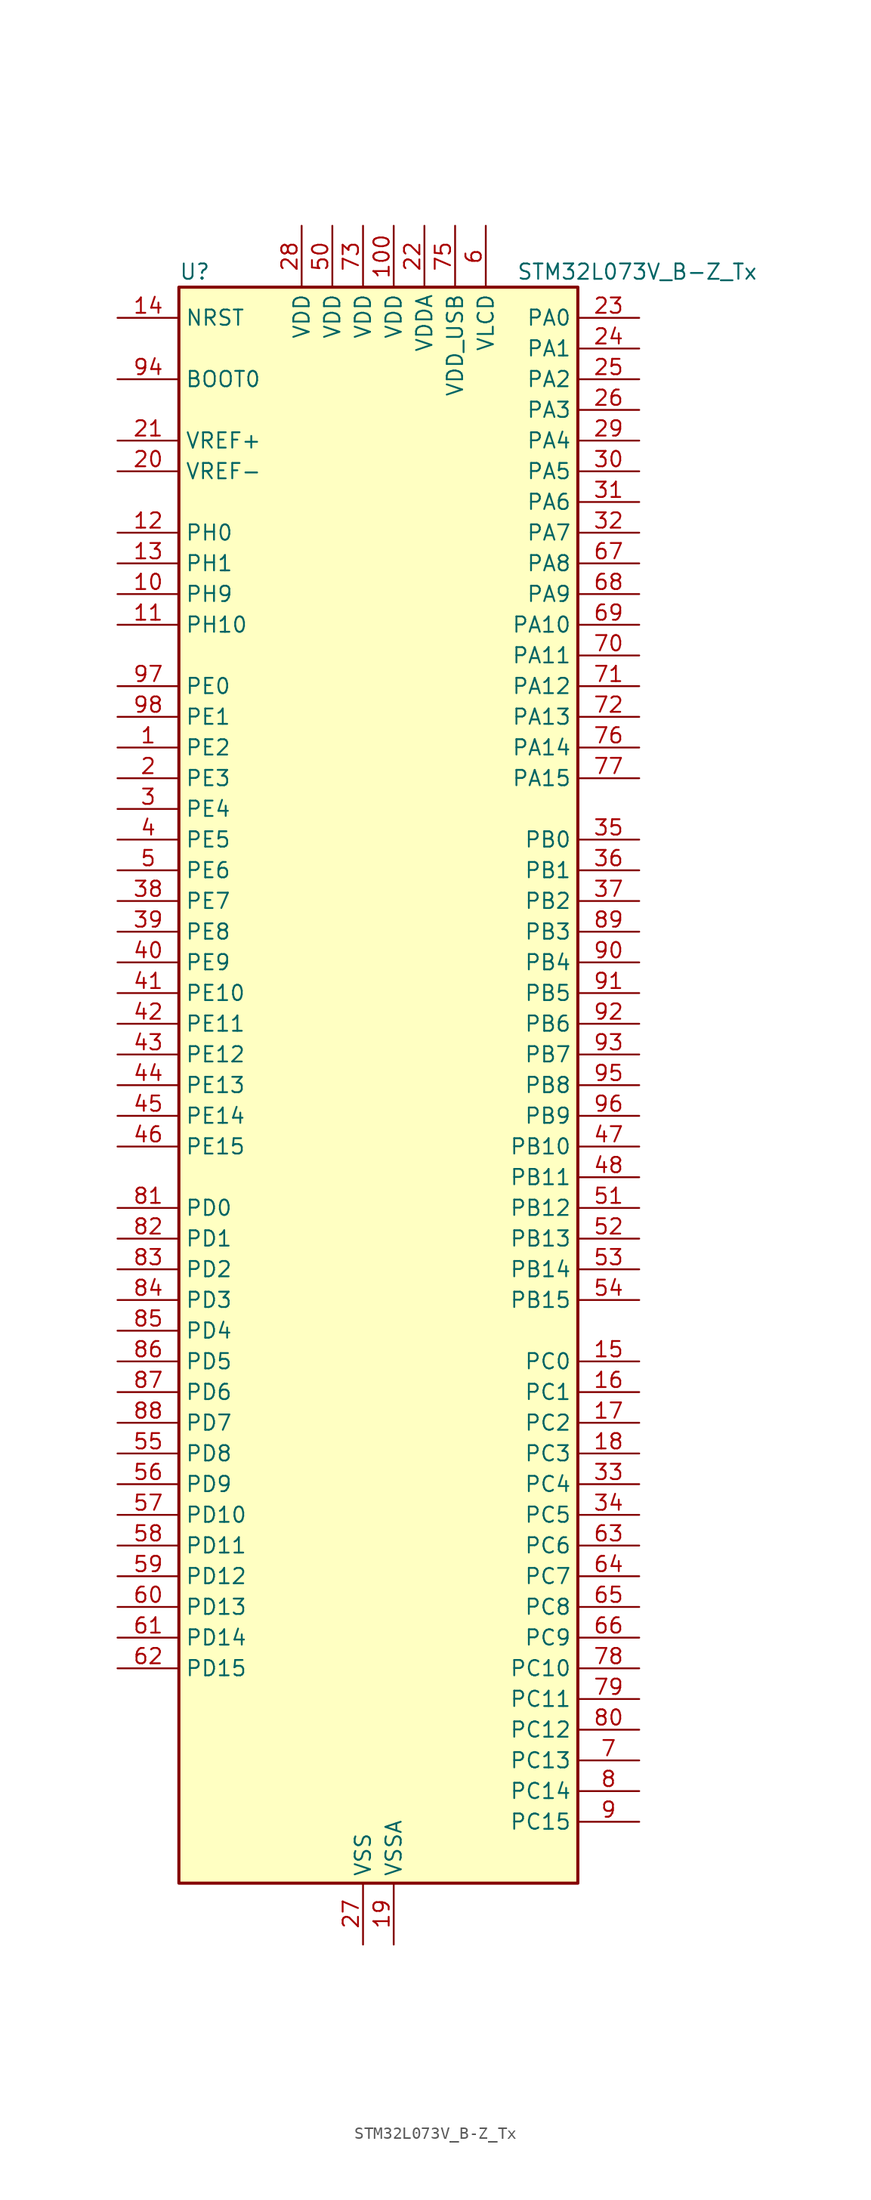
<source format=kicad_sym>
(kicad_symbol_lib
  (version 20231120)
  (generator "kicad_symbol_editor")
  (generator_version "8.0")
  (symbol "STM32L073V_B-Z_Tx"
    (property "Reference" "U"
      (at -15.24 67.31 0)
      (effects (font (size 1.27 1.27)) (justify left)))
    (property "Value" "STM32L073V_B-Z_Tx"
      (at 12.7 67.31 0)
      (effects (font (size 1.27 1.27)) (justify left)))
    (property "ki_locked" ""
      (at 0 0 0)
      (effects (font (size 1.27 1.27))))
    (symbol "STM32L073V_B-Z_Tx_0_1"
      (rectangle (start -15.24 -66.04) (end 17.78 66.04) (stroke (width 0.254) (type default)) (fill (type background))))
    (symbol "STM32L073V_B-Z_Tx_1_1"
      (pin bidirectional line (at -20.32 27.94 0) (length 5.08) (name "PE2" (effects (font (size 1.27 1.27)))) (number "1" (effects (font (size 1.27 1.27)))) (alternate "LCD_SEG38" bidirectional line) (alternate "TIM3_ETR" bidirectional line))
      (pin bidirectional line (at -20.32 40.64 0) (length 5.08) (name "PH9" (effects (font (size 1.27 1.27)))) (number "10" (effects (font (size 1.27 1.27)))) (alternate "DAC_EXTI9" bidirectional line))
      (pin power_in line (at 2.54 71.12 270) (length 5.08) (name "VDD" (effects (font (size 1.27 1.27)))) (number "100" (effects (font (size 1.27 1.27)))))
      (pin bidirectional line (at -20.32 38.1 0) (length 5.08) (name "PH10" (effects (font (size 1.27 1.27)))) (number "11" (effects (font (size 1.27 1.27)))))
      (pin bidirectional line (at -20.32 45.72 0) (length 5.08) (name "PH0" (effects (font (size 1.27 1.27)))) (number "12" (effects (font (size 1.27 1.27)))) (alternate "CRS_SYNC" bidirectional line) (alternate "RCC_OSC_IN" bidirectional line))
      (pin bidirectional line (at -20.32 43.18 0) (length 5.08) (name "PH1" (effects (font (size 1.27 1.27)))) (number "13" (effects (font (size 1.27 1.27)))) (alternate "RCC_OSC_OUT" bidirectional line))
      (pin input line (at -20.32 63.5 0) (length 5.08) (name "NRST" (effects (font (size 1.27 1.27)))) (number "14" (effects (font (size 1.27 1.27)))))
      (pin bidirectional line (at 22.86 -22.86 180) (length 5.08) (name "PC0" (effects (font (size 1.27 1.27)))) (number "15" (effects (font (size 1.27 1.27)))) (alternate "ADC_IN10" bidirectional line) (alternate "I2C3_SCL" bidirectional line) (alternate "LCD_SEG18" bidirectional line) (alternate "LPTIM1_IN1" bidirectional line) (alternate "LPUART1_RX" bidirectional line) (alternate "TSC_G7_IO1" bidirectional line))
      (pin bidirectional line (at 22.86 -25.4 180) (length 5.08) (name "PC1" (effects (font (size 1.27 1.27)))) (number "16" (effects (font (size 1.27 1.27)))) (alternate "ADC_IN11" bidirectional line) (alternate "I2C3_SDA" bidirectional line) (alternate "LCD_SEG19" bidirectional line) (alternate "LPTIM1_OUT" bidirectional line) (alternate "LPUART1_TX" bidirectional line) (alternate "TSC_G7_IO2" bidirectional line))
      (pin bidirectional line (at 22.86 -27.94 180) (length 5.08) (name "PC2" (effects (font (size 1.27 1.27)))) (number "17" (effects (font (size 1.27 1.27)))) (alternate "ADC_IN12" bidirectional line) (alternate "I2S2_MCK" bidirectional line) (alternate "LCD_SEG20" bidirectional line) (alternate "LPTIM1_IN2" bidirectional line) (alternate "SPI2_MISO" bidirectional line) (alternate "TSC_G7_IO3" bidirectional line))
      (pin bidirectional line (at 22.86 -30.48 180) (length 5.08) (name "PC3" (effects (font (size 1.27 1.27)))) (number "18" (effects (font (size 1.27 1.27)))) (alternate "ADC_IN13" bidirectional line) (alternate "I2S2_SD" bidirectional line) (alternate "LCD_SEG21" bidirectional line) (alternate "LPTIM1_ETR" bidirectional line) (alternate "SPI2_MOSI" bidirectional line) (alternate "TSC_G7_IO4" bidirectional line))
      (pin power_in line (at 2.54 -71.12 90) (length 5.08) (name "VSSA" (effects (font (size 1.27 1.27)))) (number "19" (effects (font (size 1.27 1.27)))))
      (pin bidirectional line (at -20.32 25.4 0) (length 5.08) (name "PE3" (effects (font (size 1.27 1.27)))) (number "2" (effects (font (size 1.27 1.27)))) (alternate "LCD_SEG39" bidirectional line) (alternate "TIM22_CH1" bidirectional line) (alternate "TIM3_CH1" bidirectional line))
      (pin input line (at -20.32 50.8 0) (length 5.08) (name "VREF-" (effects (font (size 1.27 1.27)))) (number "20" (effects (font (size 1.27 1.27)))))
      (pin input line (at -20.32 53.34 0) (length 5.08) (name "VREF+" (effects (font (size 1.27 1.27)))) (number "21" (effects (font (size 1.27 1.27)))))
      (pin power_in line (at 5.08 71.12 270) (length 5.08) (name "VDDA" (effects (font (size 1.27 1.27)))) (number "22" (effects (font (size 1.27 1.27)))))
      (pin bidirectional line (at 22.86 63.5 180) (length 5.08) (name "PA0" (effects (font (size 1.27 1.27)))) (number "23" (effects (font (size 1.27 1.27)))) (alternate "ADC_IN0" bidirectional line) (alternate "COMP1_INM" bidirectional line) (alternate "COMP1_OUT" bidirectional line) (alternate "RTC_TAMP2" bidirectional line) (alternate "SYS_WKUP1" bidirectional line) (alternate "TIM2_CH1" bidirectional line) (alternate "TIM2_ETR" bidirectional line) (alternate "TSC_G1_IO1" bidirectional line) (alternate "USART2_CTS" bidirectional line) (alternate "USART4_TX" bidirectional line))
      (pin bidirectional line (at 22.86 60.96 180) (length 5.08) (name "PA1" (effects (font (size 1.27 1.27)))) (number "24" (effects (font (size 1.27 1.27)))) (alternate "ADC_IN1" bidirectional line) (alternate "COMP1_INP" bidirectional line) (alternate "LCD_SEG0" bidirectional line) (alternate "TIM21_ETR" bidirectional line) (alternate "TIM2_CH2" bidirectional line) (alternate "TSC_G1_IO2" bidirectional line) (alternate "USART2_DE" bidirectional line) (alternate "USART2_RTS" bidirectional line) (alternate "USART4_RX" bidirectional line))
      (pin bidirectional line (at 22.86 58.42 180) (length 5.08) (name "PA2" (effects (font (size 1.27 1.27)))) (number "25" (effects (font (size 1.27 1.27)))) (alternate "ADC_IN2" bidirectional line) (alternate "COMP2_INM" bidirectional line) (alternate "COMP2_OUT" bidirectional line) (alternate "LCD_SEG1" bidirectional line) (alternate "LPUART1_TX" bidirectional line) (alternate "TIM21_CH1" bidirectional line) (alternate "TIM2_CH3" bidirectional line) (alternate "TSC_G1_IO3" bidirectional line) (alternate "USART2_TX" bidirectional line))
      (pin bidirectional line (at 22.86 55.88 180) (length 5.08) (name "PA3" (effects (font (size 1.27 1.27)))) (number "26" (effects (font (size 1.27 1.27)))) (alternate "ADC_IN3" bidirectional line) (alternate "COMP2_INP" bidirectional line) (alternate "LCD_SEG2" bidirectional line) (alternate "LPUART1_RX" bidirectional line) (alternate "TIM21_CH2" bidirectional line) (alternate "TIM2_CH4" bidirectional line) (alternate "TSC_G1_IO4" bidirectional line) (alternate "USART2_RX" bidirectional line))
      (pin power_in line (at 0 -71.12 90) (length 5.08) (name "VSS" (effects (font (size 1.27 1.27)))) (number "27" (effects (font (size 1.27 1.27)))))
      (pin power_in line (at -5.08 71.12 270) (length 5.08) (name "VDD" (effects (font (size 1.27 1.27)))) (number "28" (effects (font (size 1.27 1.27)))))
      (pin bidirectional line (at 22.86 53.34 180) (length 5.08) (name "PA4" (effects (font (size 1.27 1.27)))) (number "29" (effects (font (size 1.27 1.27)))) (alternate "ADC_IN4" bidirectional line) (alternate "COMP1_INM" bidirectional line) (alternate "COMP2_INM" bidirectional line) (alternate "DAC_OUT1" bidirectional line) (alternate "SPI1_NSS" bidirectional line) (alternate "TIM22_ETR" bidirectional line) (alternate "TSC_G2_IO1" bidirectional line) (alternate "USART2_CK" bidirectional line))
      (pin bidirectional line (at -20.32 22.86 0) (length 5.08) (name "PE4" (effects (font (size 1.27 1.27)))) (number "3" (effects (font (size 1.27 1.27)))) (alternate "TIM22_CH2" bidirectional line) (alternate "TIM3_CH2" bidirectional line))
      (pin bidirectional line (at 22.86 50.8 180) (length 5.08) (name "PA5" (effects (font (size 1.27 1.27)))) (number "30" (effects (font (size 1.27 1.27)))) (alternate "ADC_IN5" bidirectional line) (alternate "COMP1_INM" bidirectional line) (alternate "COMP2_INM" bidirectional line) (alternate "DAC_OUT2" bidirectional line) (alternate "SPI1_SCK" bidirectional line) (alternate "TIM2_CH1" bidirectional line) (alternate "TIM2_ETR" bidirectional line) (alternate "TSC_G2_IO2" bidirectional line))
      (pin bidirectional line (at 22.86 48.26 180) (length 5.08) (name "PA6" (effects (font (size 1.27 1.27)))) (number "31" (effects (font (size 1.27 1.27)))) (alternate "ADC_IN6" bidirectional line) (alternate "COMP1_OUT" bidirectional line) (alternate "LCD_SEG3" bidirectional line) (alternate "LPUART1_CTS" bidirectional line) (alternate "SPI1_MISO" bidirectional line) (alternate "TIM22_CH1" bidirectional line) (alternate "TIM3_CH1" bidirectional line) (alternate "TSC_G2_IO3" bidirectional line))
      (pin bidirectional line (at 22.86 45.72 180) (length 5.08) (name "PA7" (effects (font (size 1.27 1.27)))) (number "32" (effects (font (size 1.27 1.27)))) (alternate "ADC_IN7" bidirectional line) (alternate "COMP2_OUT" bidirectional line) (alternate "LCD_SEG4" bidirectional line) (alternate "SPI1_MOSI" bidirectional line) (alternate "TIM22_CH2" bidirectional line) (alternate "TIM3_CH2" bidirectional line) (alternate "TSC_G2_IO4" bidirectional line))
      (pin bidirectional line (at 22.86 -33.02 180) (length 5.08) (name "PC4" (effects (font (size 1.27 1.27)))) (number "33" (effects (font (size 1.27 1.27)))) (alternate "ADC_IN14" bidirectional line) (alternate "LCD_SEG22" bidirectional line) (alternate "LPUART1_TX" bidirectional line))
      (pin bidirectional line (at 22.86 -35.56 180) (length 5.08) (name "PC5" (effects (font (size 1.27 1.27)))) (number "34" (effects (font (size 1.27 1.27)))) (alternate "ADC_IN15" bidirectional line) (alternate "LCD_SEG23" bidirectional line) (alternate "LPUART1_RX" bidirectional line) (alternate "TSC_G3_IO1" bidirectional line))
      (pin bidirectional line (at 22.86 20.32 180) (length 5.08) (name "PB0" (effects (font (size 1.27 1.27)))) (number "35" (effects (font (size 1.27 1.27)))) (alternate "ADC_IN8" bidirectional line) (alternate "LCD_SEG5" bidirectional line) (alternate "LCD_VLCD3" bidirectional line) (alternate "SYS_VREF_OUT_PB0" bidirectional line) (alternate "TIM3_CH3" bidirectional line) (alternate "TSC_G3_IO2" bidirectional line))
      (pin bidirectional line (at 22.86 17.78 180) (length 5.08) (name "PB1" (effects (font (size 1.27 1.27)))) (number "36" (effects (font (size 1.27 1.27)))) (alternate "ADC_IN9" bidirectional line) (alternate "LCD_SEG6" bidirectional line) (alternate "LPUART1_DE" bidirectional line) (alternate "LPUART1_RTS" bidirectional line) (alternate "SYS_VREF_OUT_PB1" bidirectional line) (alternate "TIM3_CH4" bidirectional line) (alternate "TSC_G3_IO3" bidirectional line))
      (pin bidirectional line (at 22.86 15.24 180) (length 5.08) (name "PB2" (effects (font (size 1.27 1.27)))) (number "37" (effects (font (size 1.27 1.27)))) (alternate "I2C3_SMBA" bidirectional line) (alternate "LCD_VLCD2" bidirectional line) (alternate "LPTIM1_OUT" bidirectional line) (alternate "TSC_G3_IO4" bidirectional line))
      (pin bidirectional line (at -20.32 15.24 0) (length 5.08) (name "PE7" (effects (font (size 1.27 1.27)))) (number "38" (effects (font (size 1.27 1.27)))) (alternate "LCD_SEG45" bidirectional line) (alternate "USART5_CK" bidirectional line) (alternate "USART5_DE" bidirectional line) (alternate "USART5_RTS" bidirectional line))
      (pin bidirectional line (at -20.32 12.7 0) (length 5.08) (name "PE8" (effects (font (size 1.27 1.27)))) (number "39" (effects (font (size 1.27 1.27)))) (alternate "LCD_SEG46" bidirectional line) (alternate "USART4_TX" bidirectional line))
      (pin bidirectional line (at -20.32 20.32 0) (length 5.08) (name "PE5" (effects (font (size 1.27 1.27)))) (number "4" (effects (font (size 1.27 1.27)))) (alternate "TIM21_CH1" bidirectional line) (alternate "TIM3_CH3" bidirectional line))
      (pin bidirectional line (at -20.32 10.16 0) (length 5.08) (name "PE9" (effects (font (size 1.27 1.27)))) (number "40" (effects (font (size 1.27 1.27)))) (alternate "DAC_EXTI9" bidirectional line) (alternate "LCD_SEG47" bidirectional line) (alternate "TIM2_CH1" bidirectional line) (alternate "TIM2_ETR" bidirectional line) (alternate "USART4_RX" bidirectional line))
      (pin bidirectional line (at -20.32 7.62 0) (length 5.08) (name "PE10" (effects (font (size 1.27 1.27)))) (number "41" (effects (font (size 1.27 1.27)))) (alternate "LCD_SEG40" bidirectional line) (alternate "TIM2_CH2" bidirectional line) (alternate "USART5_TX" bidirectional line))
      (pin bidirectional line (at -20.32 5.08 0) (length 5.08) (name "PE11" (effects (font (size 1.27 1.27)))) (number "42" (effects (font (size 1.27 1.27)))) (alternate "ADC_EXTI11" bidirectional line) (alternate "LCD_VLCD1" bidirectional line) (alternate "TIM2_CH3" bidirectional line) (alternate "USART5_RX" bidirectional line))
      (pin bidirectional line (at -20.32 2.54 0) (length 5.08) (name "PE12" (effects (font (size 1.27 1.27)))) (number "43" (effects (font (size 1.27 1.27)))) (alternate "LCD_VLCD3" bidirectional line) (alternate "SPI1_NSS" bidirectional line) (alternate "TIM2_CH4" bidirectional line))
      (pin bidirectional line (at -20.32 0 0) (length 5.08) (name "PE13" (effects (font (size 1.27 1.27)))) (number "44" (effects (font (size 1.27 1.27)))) (alternate "LCD_SEG41" bidirectional line) (alternate "SPI1_SCK" bidirectional line))
      (pin bidirectional line (at -20.32 -2.54 0) (length 5.08) (name "PE14" (effects (font (size 1.27 1.27)))) (number "45" (effects (font (size 1.27 1.27)))) (alternate "LCD_SEG42" bidirectional line) (alternate "SPI1_MISO" bidirectional line))
      (pin bidirectional line (at -20.32 -5.08 0) (length 5.08) (name "PE15" (effects (font (size 1.27 1.27)))) (number "46" (effects (font (size 1.27 1.27)))) (alternate "LCD_SEG43" bidirectional line) (alternate "SPI1_MOSI" bidirectional line))
      (pin bidirectional line (at 22.86 -5.08 180) (length 5.08) (name "PB10" (effects (font (size 1.27 1.27)))) (number "47" (effects (font (size 1.27 1.27)))) (alternate "I2C2_SCL" bidirectional line) (alternate "LCD_SEG10" bidirectional line) (alternate "LPUART1_RX" bidirectional line) (alternate "LPUART1_TX" bidirectional line) (alternate "SPI2_SCK" bidirectional line) (alternate "TIM2_CH3" bidirectional line) (alternate "TSC_SYNC" bidirectional line))
      (pin bidirectional line (at 22.86 -7.62 180) (length 5.08) (name "PB11" (effects (font (size 1.27 1.27)))) (number "48" (effects (font (size 1.27 1.27)))) (alternate "ADC_EXTI11" bidirectional line) (alternate "I2C2_SDA" bidirectional line) (alternate "LCD_SEG11" bidirectional line) (alternate "LPUART1_RX" bidirectional line) (alternate "LPUART1_TX" bidirectional line) (alternate "TIM2_CH4" bidirectional line) (alternate "TSC_G6_IO1" bidirectional line))
      (pin passive line (at 0 -71.12 90) (length 5.08) hide (name "VSS" (effects (font (size 1.27 1.27)))) (number "49" (effects (font (size 1.27 1.27)))))
      (pin bidirectional line (at -20.32 17.78 0) (length 5.08) (name "PE6" (effects (font (size 1.27 1.27)))) (number "5" (effects (font (size 1.27 1.27)))) (alternate "RTC_TAMP3" bidirectional line) (alternate "SYS_WKUP3" bidirectional line) (alternate "TIM21_CH2" bidirectional line) (alternate "TIM3_CH4" bidirectional line))
      (pin power_in line (at -2.54 71.12 270) (length 5.08) (name "VDD" (effects (font (size 1.27 1.27)))) (number "50" (effects (font (size 1.27 1.27)))))
      (pin bidirectional line (at 22.86 -10.16 180) (length 5.08) (name "PB12" (effects (font (size 1.27 1.27)))) (number "51" (effects (font (size 1.27 1.27)))) (alternate "I2S2_WS" bidirectional line) (alternate "LCD_SEG12" bidirectional line) (alternate "LCD_VLCD2" bidirectional line) (alternate "LPUART1_DE" bidirectional line) (alternate "LPUART1_RTS" bidirectional line) (alternate "SPI2_NSS" bidirectional line) (alternate "TSC_G6_IO2" bidirectional line))
      (pin bidirectional line (at 22.86 -12.7 180) (length 5.08) (name "PB13" (effects (font (size 1.27 1.27)))) (number "52" (effects (font (size 1.27 1.27)))) (alternate "I2C2_SCL" bidirectional line) (alternate "I2S2_CK" bidirectional line) (alternate "LCD_SEG13" bidirectional line) (alternate "LPUART1_CTS" bidirectional line) (alternate "RCC_MCO" bidirectional line) (alternate "SPI2_SCK" bidirectional line) (alternate "TIM21_CH1" bidirectional line) (alternate "TSC_G6_IO3" bidirectional line))
      (pin bidirectional line (at 22.86 -15.24 180) (length 5.08) (name "PB14" (effects (font (size 1.27 1.27)))) (number "53" (effects (font (size 1.27 1.27)))) (alternate "I2C2_SDA" bidirectional line) (alternate "I2S2_MCK" bidirectional line) (alternate "LCD_SEG14" bidirectional line) (alternate "LPUART1_DE" bidirectional line) (alternate "LPUART1_RTS" bidirectional line) (alternate "RTC_OUT_ALARM" bidirectional line) (alternate "RTC_OUT_CALIB" bidirectional line) (alternate "SPI2_MISO" bidirectional line) (alternate "TIM21_CH2" bidirectional line) (alternate "TSC_G6_IO4" bidirectional line))
      (pin bidirectional line (at 22.86 -17.78 180) (length 5.08) (name "PB15" (effects (font (size 1.27 1.27)))) (number "54" (effects (font (size 1.27 1.27)))) (alternate "I2S2_SD" bidirectional line) (alternate "LCD_SEG15" bidirectional line) (alternate "RTC_REFIN" bidirectional line) (alternate "SPI2_MOSI" bidirectional line))
      (pin bidirectional line (at -20.32 -30.48 0) (length 5.08) (name "PD8" (effects (font (size 1.27 1.27)))) (number "55" (effects (font (size 1.27 1.27)))) (alternate "LCD_SEG28" bidirectional line) (alternate "LPUART1_TX" bidirectional line))
      (pin bidirectional line (at -20.32 -33.02 0) (length 5.08) (name "PD9" (effects (font (size 1.27 1.27)))) (number "56" (effects (font (size 1.27 1.27)))) (alternate "DAC_EXTI9" bidirectional line) (alternate "LCD_SEG29" bidirectional line) (alternate "LPUART1_RX" bidirectional line))
      (pin bidirectional line (at -20.32 -35.56 0) (length 5.08) (name "PD10" (effects (font (size 1.27 1.27)))) (number "57" (effects (font (size 1.27 1.27)))) (alternate "LCD_SEG30" bidirectional line))
      (pin bidirectional line (at -20.32 -38.1 0) (length 5.08) (name "PD11" (effects (font (size 1.27 1.27)))) (number "58" (effects (font (size 1.27 1.27)))) (alternate "ADC_EXTI11" bidirectional line) (alternate "LCD_SEG31" bidirectional line) (alternate "LPUART1_CTS" bidirectional line))
      (pin bidirectional line (at -20.32 -40.64 0) (length 5.08) (name "PD12" (effects (font (size 1.27 1.27)))) (number "59" (effects (font (size 1.27 1.27)))) (alternate "LCD_SEG32" bidirectional line) (alternate "LPUART1_DE" bidirectional line) (alternate "LPUART1_RTS" bidirectional line))
      (pin power_in line (at 10.16 71.12 270) (length 5.08) (name "VLCD" (effects (font (size 1.27 1.27)))) (number "6" (effects (font (size 1.27 1.27)))))
      (pin bidirectional line (at -20.32 -43.18 0) (length 5.08) (name "PD13" (effects (font (size 1.27 1.27)))) (number "60" (effects (font (size 1.27 1.27)))) (alternate "LCD_SEG33" bidirectional line))
      (pin bidirectional line (at -20.32 -45.72 0) (length 5.08) (name "PD14" (effects (font (size 1.27 1.27)))) (number "61" (effects (font (size 1.27 1.27)))) (alternate "LCD_SEG34" bidirectional line))
      (pin bidirectional line (at -20.32 -48.26 0) (length 5.08) (name "PD15" (effects (font (size 1.27 1.27)))) (number "62" (effects (font (size 1.27 1.27)))) (alternate "CRS_SYNC" bidirectional line) (alternate "LCD_SEG35" bidirectional line))
      (pin bidirectional line (at 22.86 -38.1 180) (length 5.08) (name "PC6" (effects (font (size 1.27 1.27)))) (number "63" (effects (font (size 1.27 1.27)))) (alternate "LCD_SEG24" bidirectional line) (alternate "TIM22_CH1" bidirectional line) (alternate "TIM3_CH1" bidirectional line) (alternate "TSC_G8_IO1" bidirectional line))
      (pin bidirectional line (at 22.86 -40.64 180) (length 5.08) (name "PC7" (effects (font (size 1.27 1.27)))) (number "64" (effects (font (size 1.27 1.27)))) (alternate "LCD_SEG25" bidirectional line) (alternate "TIM22_CH2" bidirectional line) (alternate "TIM3_CH2" bidirectional line) (alternate "TSC_G8_IO2" bidirectional line))
      (pin bidirectional line (at 22.86 -43.18 180) (length 5.08) (name "PC8" (effects (font (size 1.27 1.27)))) (number "65" (effects (font (size 1.27 1.27)))) (alternate "LCD_SEG26" bidirectional line) (alternate "TIM22_ETR" bidirectional line) (alternate "TIM3_CH3" bidirectional line) (alternate "TSC_G8_IO3" bidirectional line))
      (pin bidirectional line (at 22.86 -45.72 180) (length 5.08) (name "PC9" (effects (font (size 1.27 1.27)))) (number "66" (effects (font (size 1.27 1.27)))) (alternate "DAC_EXTI9" bidirectional line) (alternate "I2C3_SDA" bidirectional line) (alternate "LCD_SEG27" bidirectional line) (alternate "TIM21_ETR" bidirectional line) (alternate "TIM3_CH4" bidirectional line) (alternate "TSC_G8_IO4" bidirectional line) (alternate "USB_NOE" bidirectional line))
      (pin bidirectional line (at 22.86 43.18 180) (length 5.08) (name "PA8" (effects (font (size 1.27 1.27)))) (number "67" (effects (font (size 1.27 1.27)))) (alternate "CRS_SYNC" bidirectional line) (alternate "I2C3_SCL" bidirectional line) (alternate "LCD_COM0" bidirectional line) (alternate "RCC_MCO" bidirectional line) (alternate "USART1_CK" bidirectional line))
      (pin bidirectional line (at 22.86 40.64 180) (length 5.08) (name "PA9" (effects (font (size 1.27 1.27)))) (number "68" (effects (font (size 1.27 1.27)))) (alternate "DAC_EXTI9" bidirectional line) (alternate "I2C1_SCL" bidirectional line) (alternate "I2C3_SMBA" bidirectional line) (alternate "LCD_COM1" bidirectional line) (alternate "RCC_MCO" bidirectional line) (alternate "TSC_G4_IO1" bidirectional line) (alternate "USART1_TX" bidirectional line))
      (pin bidirectional line (at 22.86 38.1 180) (length 5.08) (name "PA10" (effects (font (size 1.27 1.27)))) (number "69" (effects (font (size 1.27 1.27)))) (alternate "I2C1_SDA" bidirectional line) (alternate "LCD_COM2" bidirectional line) (alternate "TSC_G4_IO2" bidirectional line) (alternate "USART1_RX" bidirectional line))
      (pin bidirectional line (at 22.86 -55.88 180) (length 5.08) (name "PC13" (effects (font (size 1.27 1.27)))) (number "7" (effects (font (size 1.27 1.27)))) (alternate "RTC_OUT_ALARM" bidirectional line) (alternate "RTC_OUT_CALIB" bidirectional line) (alternate "RTC_TAMP1" bidirectional line) (alternate "RTC_TS" bidirectional line) (alternate "SYS_WKUP2" bidirectional line))
      (pin bidirectional line (at 22.86 35.56 180) (length 5.08) (name "PA11" (effects (font (size 1.27 1.27)))) (number "70" (effects (font (size 1.27 1.27)))) (alternate "ADC_EXTI11" bidirectional line) (alternate "COMP1_OUT" bidirectional line) (alternate "SPI1_MISO" bidirectional line) (alternate "TSC_G4_IO3" bidirectional line) (alternate "USART1_CTS" bidirectional line) (alternate "USB_DM" bidirectional line))
      (pin bidirectional line (at 22.86 33.02 180) (length 5.08) (name "PA12" (effects (font (size 1.27 1.27)))) (number "71" (effects (font (size 1.27 1.27)))) (alternate "COMP2_OUT" bidirectional line) (alternate "SPI1_MOSI" bidirectional line) (alternate "TSC_G4_IO4" bidirectional line) (alternate "USART1_DE" bidirectional line) (alternate "USART1_RTS" bidirectional line) (alternate "USB_DP" bidirectional line))
      (pin bidirectional line (at 22.86 30.48 180) (length 5.08) (name "PA13" (effects (font (size 1.27 1.27)))) (number "72" (effects (font (size 1.27 1.27)))) (alternate "LPUART1_RX" bidirectional line) (alternate "SYS_SWDIO" bidirectional line) (alternate "USB_NOE" bidirectional line))
      (pin power_in line (at 0 71.12 270) (length 5.08) (name "VDD" (effects (font (size 1.27 1.27)))) (number "73" (effects (font (size 1.27 1.27)))))
      (pin passive line (at 0 -71.12 90) (length 5.08) hide (name "VSS" (effects (font (size 1.27 1.27)))) (number "74" (effects (font (size 1.27 1.27)))))
      (pin power_in line (at 7.62 71.12 270) (length 5.08) (name "VDD_USB" (effects (font (size 1.27 1.27)))) (number "75" (effects (font (size 1.27 1.27)))))
      (pin bidirectional line (at 22.86 27.94 180) (length 5.08) (name "PA14" (effects (font (size 1.27 1.27)))) (number "76" (effects (font (size 1.27 1.27)))) (alternate "LPUART1_TX" bidirectional line) (alternate "SYS_SWCLK" bidirectional line) (alternate "USART2_TX" bidirectional line))
      (pin bidirectional line (at 22.86 25.4 180) (length 5.08) (name "PA15" (effects (font (size 1.27 1.27)))) (number "77" (effects (font (size 1.27 1.27)))) (alternate "LCD_SEG17" bidirectional line) (alternate "SPI1_NSS" bidirectional line) (alternate "TIM2_CH1" bidirectional line) (alternate "TIM2_ETR" bidirectional line) (alternate "USART2_RX" bidirectional line) (alternate "USART4_DE" bidirectional line) (alternate "USART4_RTS" bidirectional line))
      (pin bidirectional line (at 22.86 -48.26 180) (length 5.08) (name "PC10" (effects (font (size 1.27 1.27)))) (number "78" (effects (font (size 1.27 1.27)))) (alternate "LCD_COM4" bidirectional line) (alternate "LCD_SEG28" bidirectional line) (alternate "LCD_SEG48" bidirectional line) (alternate "LPUART1_TX" bidirectional line) (alternate "USART4_TX" bidirectional line))
      (pin bidirectional line (at 22.86 -50.8 180) (length 5.08) (name "PC11" (effects (font (size 1.27 1.27)))) (number "79" (effects (font (size 1.27 1.27)))) (alternate "ADC_EXTI11" bidirectional line) (alternate "LCD_COM5" bidirectional line) (alternate "LCD_SEG29" bidirectional line) (alternate "LCD_SEG49" bidirectional line) (alternate "LPUART1_RX" bidirectional line) (alternate "USART4_RX" bidirectional line))
      (pin bidirectional line (at 22.86 -58.42 180) (length 5.08) (name "PC14" (effects (font (size 1.27 1.27)))) (number "8" (effects (font (size 1.27 1.27)))) (alternate "RCC_OSC32_IN" bidirectional line))
      (pin bidirectional line (at 22.86 -53.34 180) (length 5.08) (name "PC12" (effects (font (size 1.27 1.27)))) (number "80" (effects (font (size 1.27 1.27)))) (alternate "LCD_COM6" bidirectional line) (alternate "LCD_SEG30" bidirectional line) (alternate "LCD_SEG50" bidirectional line) (alternate "USART4_CK" bidirectional line) (alternate "USART5_TX" bidirectional line))
      (pin bidirectional line (at -20.32 -10.16 0) (length 5.08) (name "PD0" (effects (font (size 1.27 1.27)))) (number "81" (effects (font (size 1.27 1.27)))) (alternate "I2S2_WS" bidirectional line) (alternate "SPI2_NSS" bidirectional line) (alternate "TIM21_CH1" bidirectional line))
      (pin bidirectional line (at -20.32 -12.7 0) (length 5.08) (name "PD1" (effects (font (size 1.27 1.27)))) (number "82" (effects (font (size 1.27 1.27)))) (alternate "I2S2_CK" bidirectional line) (alternate "SPI2_SCK" bidirectional line))
      (pin bidirectional line (at -20.32 -15.24 0) (length 5.08) (name "PD2" (effects (font (size 1.27 1.27)))) (number "83" (effects (font (size 1.27 1.27)))) (alternate "LCD_COM7" bidirectional line) (alternate "LCD_SEG31" bidirectional line) (alternate "LCD_SEG51" bidirectional line) (alternate "LPUART1_DE" bidirectional line) (alternate "LPUART1_RTS" bidirectional line) (alternate "TIM3_ETR" bidirectional line) (alternate "USART5_RX" bidirectional line))
      (pin bidirectional line (at -20.32 -17.78 0) (length 5.08) (name "PD3" (effects (font (size 1.27 1.27)))) (number "84" (effects (font (size 1.27 1.27)))) (alternate "I2S2_MCK" bidirectional line) (alternate "LCD_SEG44" bidirectional line) (alternate "SPI2_MISO" bidirectional line) (alternate "USART2_CTS" bidirectional line))
      (pin bidirectional line (at -20.32 -20.32 0) (length 5.08) (name "PD4" (effects (font (size 1.27 1.27)))) (number "85" (effects (font (size 1.27 1.27)))) (alternate "I2S2_SD" bidirectional line) (alternate "SPI2_MOSI" bidirectional line) (alternate "USART2_DE" bidirectional line) (alternate "USART2_RTS" bidirectional line))
      (pin bidirectional line (at -20.32 -22.86 0) (length 5.08) (name "PD5" (effects (font (size 1.27 1.27)))) (number "86" (effects (font (size 1.27 1.27)))) (alternate "USART2_TX" bidirectional line))
      (pin bidirectional line (at -20.32 -25.4 0) (length 5.08) (name "PD6" (effects (font (size 1.27 1.27)))) (number "87" (effects (font (size 1.27 1.27)))) (alternate "USART2_RX" bidirectional line))
      (pin bidirectional line (at -20.32 -27.94 0) (length 5.08) (name "PD7" (effects (font (size 1.27 1.27)))) (number "88" (effects (font (size 1.27 1.27)))) (alternate "TIM21_CH2" bidirectional line) (alternate "USART2_CK" bidirectional line))
      (pin bidirectional line (at 22.86 12.7 180) (length 5.08) (name "PB3" (effects (font (size 1.27 1.27)))) (number "89" (effects (font (size 1.27 1.27)))) (alternate "COMP2_INM" bidirectional line) (alternate "LCD_SEG7" bidirectional line) (alternate "SPI1_SCK" bidirectional line) (alternate "TIM2_CH2" bidirectional line) (alternate "TSC_G5_IO1" bidirectional line) (alternate "USART1_DE" bidirectional line) (alternate "USART1_RTS" bidirectional line) (alternate "USART5_TX" bidirectional line))
      (pin bidirectional line (at 22.86 -60.96 180) (length 5.08) (name "PC15" (effects (font (size 1.27 1.27)))) (number "9" (effects (font (size 1.27 1.27)))) (alternate "RCC_OSC32_OUT" bidirectional line))
      (pin bidirectional line (at 22.86 10.16 180) (length 5.08) (name "PB4" (effects (font (size 1.27 1.27)))) (number "90" (effects (font (size 1.27 1.27)))) (alternate "COMP2_INP" bidirectional line) (alternate "I2C3_SDA" bidirectional line) (alternate "LCD_SEG8" bidirectional line) (alternate "SPI1_MISO" bidirectional line) (alternate "TIM22_CH1" bidirectional line) (alternate "TIM3_CH1" bidirectional line) (alternate "TSC_G5_IO2" bidirectional line) (alternate "USART1_CTS" bidirectional line) (alternate "USART5_RX" bidirectional line))
      (pin bidirectional line (at 22.86 7.62 180) (length 5.08) (name "PB5" (effects (font (size 1.27 1.27)))) (number "91" (effects (font (size 1.27 1.27)))) (alternate "COMP2_INP" bidirectional line) (alternate "I2C1_SMBA" bidirectional line) (alternate "LCD_SEG9" bidirectional line) (alternate "LPTIM1_IN1" bidirectional line) (alternate "SPI1_MOSI" bidirectional line) (alternate "TIM22_CH2" bidirectional line) (alternate "TIM3_CH2" bidirectional line) (alternate "USART1_CK" bidirectional line) (alternate "USART5_CK" bidirectional line) (alternate "USART5_DE" bidirectional line) (alternate "USART5_RTS" bidirectional line))
      (pin bidirectional line (at 22.86 5.08 180) (length 5.08) (name "PB6" (effects (font (size 1.27 1.27)))) (number "92" (effects (font (size 1.27 1.27)))) (alternate "COMP2_INP" bidirectional line) (alternate "I2C1_SCL" bidirectional line) (alternate "LPTIM1_ETR" bidirectional line) (alternate "TSC_G5_IO3" bidirectional line) (alternate "USART1_TX" bidirectional line))
      (pin bidirectional line (at 22.86 2.54 180) (length 5.08) (name "PB7" (effects (font (size 1.27 1.27)))) (number "93" (effects (font (size 1.27 1.27)))) (alternate "COMP2_INP" bidirectional line) (alternate "I2C1_SDA" bidirectional line) (alternate "LPTIM1_IN2" bidirectional line) (alternate "SYS_PVD_IN" bidirectional line) (alternate "TSC_G5_IO4" bidirectional line) (alternate "USART1_RX" bidirectional line) (alternate "USART4_CTS" bidirectional line))
      (pin input line (at -20.32 58.42 0) (length 5.08) (name "BOOT0" (effects (font (size 1.27 1.27)))) (number "94" (effects (font (size 1.27 1.27)))))
      (pin bidirectional line (at 22.86 0 180) (length 5.08) (name "PB8" (effects (font (size 1.27 1.27)))) (number "95" (effects (font (size 1.27 1.27)))) (alternate "I2C1_SCL" bidirectional line) (alternate "LCD_SEG16" bidirectional line) (alternate "TSC_SYNC" bidirectional line))
      (pin bidirectional line (at 22.86 -2.54 180) (length 5.08) (name "PB9" (effects (font (size 1.27 1.27)))) (number "96" (effects (font (size 1.27 1.27)))) (alternate "DAC_EXTI9" bidirectional line) (alternate "I2C1_SDA" bidirectional line) (alternate "I2S2_WS" bidirectional line) (alternate "LCD_COM3" bidirectional line) (alternate "SPI2_NSS" bidirectional line))
      (pin bidirectional line (at -20.32 33.02 0) (length 5.08) (name "PE0" (effects (font (size 1.27 1.27)))) (number "97" (effects (font (size 1.27 1.27)))) (alternate "LCD_SEG36" bidirectional line))
      (pin bidirectional line (at -20.32 30.48 0) (length 5.08) (name "PE1" (effects (font (size 1.27 1.27)))) (number "98" (effects (font (size 1.27 1.27)))) (alternate "LCD_SEG37" bidirectional line))
      (pin passive line (at 0 -71.12 90) (length 5.08) hide (name "VSS" (effects (font (size 1.27 1.27)))) (number "99" (effects (font (size 1.27 1.27))))))))
</source>
